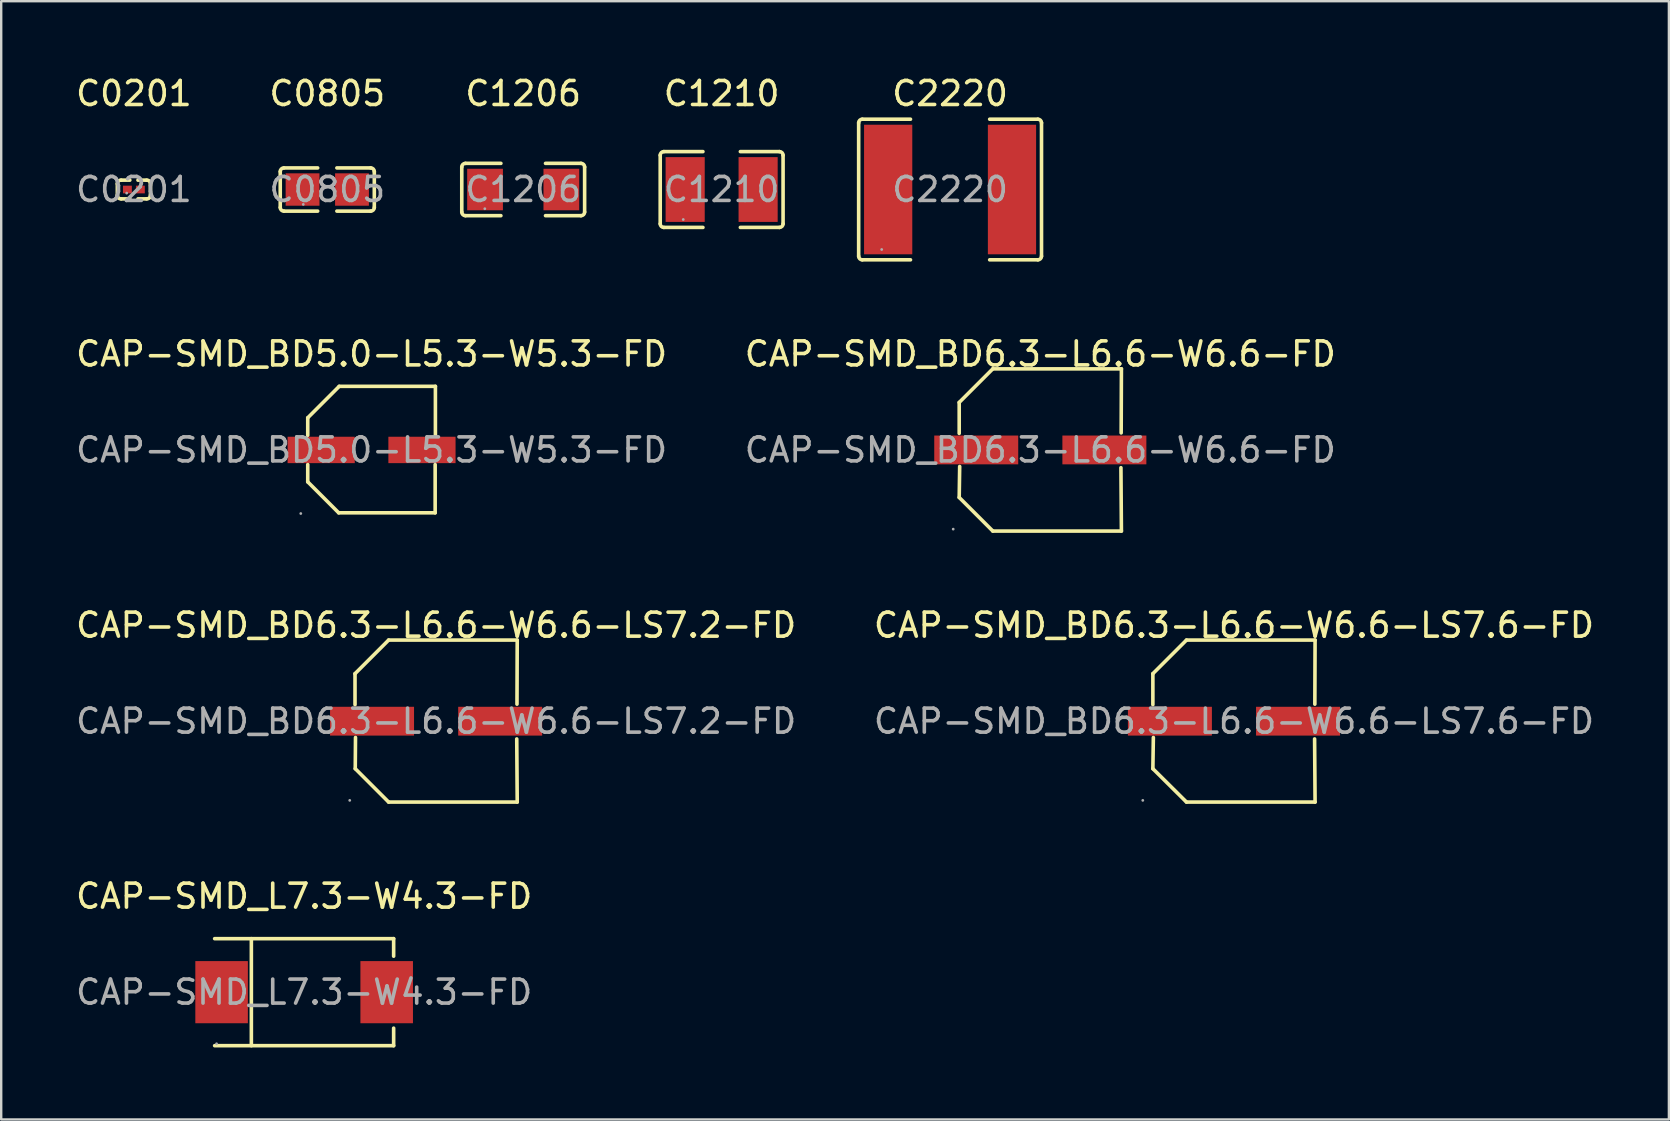
<source format=kicad_pcb>
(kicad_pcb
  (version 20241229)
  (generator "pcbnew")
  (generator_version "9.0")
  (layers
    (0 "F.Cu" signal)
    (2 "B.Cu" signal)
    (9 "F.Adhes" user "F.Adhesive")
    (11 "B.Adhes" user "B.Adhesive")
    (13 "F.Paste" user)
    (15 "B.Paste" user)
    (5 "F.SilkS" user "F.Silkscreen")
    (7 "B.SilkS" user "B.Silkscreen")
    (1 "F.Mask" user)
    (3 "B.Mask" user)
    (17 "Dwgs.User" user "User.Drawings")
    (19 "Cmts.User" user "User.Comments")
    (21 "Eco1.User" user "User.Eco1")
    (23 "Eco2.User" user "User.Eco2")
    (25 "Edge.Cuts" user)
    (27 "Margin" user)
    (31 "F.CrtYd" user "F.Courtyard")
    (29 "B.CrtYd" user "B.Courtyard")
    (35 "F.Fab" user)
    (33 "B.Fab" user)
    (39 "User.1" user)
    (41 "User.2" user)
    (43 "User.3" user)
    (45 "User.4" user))
  (footprint "CAP-SMD_BD6.3-L6.6-W6.6-FD"
    (layer "F.Cu")
    (at 40.304 15.701)
    (property "Reference" "CAP-SMD_BD6.3-L6.6-W6.6-FD" (at 0 -4 0) (layer "F.SilkS") (effects (font (size 1 1) (thickness 0.15))))
    (attr through_hole)
    (fp_line (start -3.38 -1.98) (end -3.38 -0.69) (stroke (width 0.15) (type solid)) (layer "F.SilkS"))
    (fp_line (start -3.38 1.98) (end -3.36 0.69) (stroke (width 0.15) (type solid)) (layer "F.SilkS"))
    (fp_line (start -1.98 -3.38) (end -3.38 -1.98) (stroke (width 0.15) (type solid)) (layer "F.SilkS"))
    (fp_line (start -1.98 3.38) (end -3.38 1.98) (stroke (width 0.15) (type solid)) (layer "F.SilkS"))
    (fp_line (start 3.36 0.74) (end 3.38 3.38) (stroke (width 0.15) (type solid)) (layer "F.SilkS"))
    (fp_line (start 3.37 -0.71) (end 3.38 -3.38) (stroke (width 0.15) (type solid)) (layer "F.SilkS"))
    (fp_line (start 3.38 -3.38) (end -1.98 -3.38) (stroke (width 0.15) (type solid)) (layer "F.SilkS"))
    (fp_line (start 3.38 3.38) (end -1.98 3.38) (stroke (width 0.15) (type solid)) (layer "F.SilkS"))
    (fp_circle (center -3.63 3.3) (end -3.6 3.3) (stroke (width 0.06) (type solid)) (fill no) (layer "F.Fab"))
    (fp_text user "${REFERENCE}" (at 0 0 0) (layer "F.Fab") (effects (font (size 1 1) (thickness 0.15))))
    (pad "1" smd rect (at -2.67 0) (size 3.5 1.2) (layers "F.Cu" "F.Mask" "F.Paste"))
    (pad "2" smd rect (at 2.67 0) (size 3.5 1.2) (layers "F.Cu" "F.Mask" "F.Paste")))
  (footprint "CAP-SMD_BD6.3-L6.6-W6.6-LS7.6-FD"
    (layer "F.Cu")
    (at 48.375 27.005)
    (property "Reference" "CAP-SMD_BD6.3-L6.6-W6.6-LS7.6-FD" (at 0 -4 0) (layer "F.SilkS") (effects (font (size 1 1) (thickness 0.15))))
    (attr through_hole)
    (fp_line (start -3.38 -1.98) (end -3.38 -0.69) (stroke (width 0.15) (type solid)) (layer "F.SilkS"))
    (fp_line (start -3.38 1.98) (end -3.36 0.68) (stroke (width 0.15) (type solid)) (layer "F.SilkS"))
    (fp_line (start -1.98 -3.38) (end -3.38 -1.98) (stroke (width 0.15) (type solid)) (layer "F.SilkS"))
    (fp_line (start -1.98 3.37) (end -3.38 1.98) (stroke (width 0.15) (type solid)) (layer "F.SilkS"))
    (fp_line (start 3.36 0.74) (end 3.38 3.37) (stroke (width 0.15) (type solid)) (layer "F.SilkS"))
    (fp_line (start 3.37 -0.71) (end 3.38 -3.38) (stroke (width 0.15) (type solid)) (layer "F.SilkS"))
    (fp_line (start 3.38 -3.38) (end -1.98 -3.38) (stroke (width 0.15) (type solid)) (layer "F.SilkS"))
    (fp_line (start 3.38 3.37) (end -1.98 3.37) (stroke (width 0.15) (type solid)) (layer "F.SilkS"))
    (fp_circle (center -3.8 3.3) (end -3.77 3.3) (stroke (width 0.06) (type solid)) (fill no) (layer "F.Fab"))
    (fp_text user "${REFERENCE}" (at 0 0 0) (layer "F.Fab") (effects (font (size 1 1) (thickness 0.15))))
    (pad "1" smd rect (at -2.67 0) (size 3.5 1.2) (layers "F.Cu" "F.Mask" "F.Paste"))
    (pad "2" smd rect (at 2.67 0) (size 3.5 1.2) (layers "F.Cu" "F.Mask" "F.Paste")))
  (footprint "CAP-SMD_BD6.3-L6.6-W6.6-LS7.2-FD"
    (layer "F.Cu")
    (at 15.125 27.005)
    (property "Reference" "CAP-SMD_BD6.3-L6.6-W6.6-LS7.2-FD" (at 0 -4 0) (layer "F.SilkS") (effects (font (size 1 1) (thickness 0.15))))
    (attr through_hole)
    (fp_line (start -3.38 -1.98) (end -3.38 -0.69) (stroke (width 0.15) (type solid)) (layer "F.SilkS"))
    (fp_line (start -3.37 1.98) (end -3.36 0.68) (stroke (width 0.15) (type solid)) (layer "F.SilkS"))
    (fp_line (start -1.98 -3.38) (end -3.38 -1.98) (stroke (width 0.15) (type solid)) (layer "F.SilkS"))
    (fp_line (start -1.98 3.37) (end -3.37 1.98) (stroke (width 0.15) (type solid)) (layer "F.SilkS"))
    (fp_line (start 3.36 0.74) (end 3.38 3.37) (stroke (width 0.15) (type solid)) (layer "F.SilkS"))
    (fp_line (start 3.37 -0.71) (end 3.38 -3.38) (stroke (width 0.15) (type solid)) (layer "F.SilkS"))
    (fp_line (start 3.38 -3.38) (end -1.98 -3.38) (stroke (width 0.15) (type solid)) (layer "F.SilkS"))
    (fp_line (start 3.38 3.37) (end -1.98 3.37) (stroke (width 0.15) (type solid)) (layer "F.SilkS"))
    (fp_circle (center -3.6 3.3) (end -3.57 3.3) (stroke (width 0.06) (type solid)) (fill no) (layer "F.Fab"))
    (fp_text user "${REFERENCE}" (at 0 0 0) (layer "F.Fab") (effects (font (size 1 1) (thickness 0.15))))
    (pad "1" smd rect (at -2.67 0) (size 3.5 1.2) (layers "F.Cu" "F.Mask" "F.Paste"))
    (pad "2" smd rect (at 2.67 0) (size 3.5 1.2) (layers "F.Cu" "F.Mask" "F.Paste")))
  (footprint "C1206"
    (layer "F.Cu")
    (at 18.754 4.848)
    (property "Reference" "C1206" (at 0 -4 0) (layer "F.SilkS") (effects (font (size 1 1) (thickness 0.15))))
    (attr through_hole)
    (fp_line (start -2.56 0.94) (end -2.56 -0.94) (stroke (width 0.15) (type solid)) (layer "F.SilkS"))
    (fp_line (start -2.41 -1.09) (end -0.93 -1.09) (stroke (width 0.15) (type solid)) (layer "F.SilkS"))
    (fp_line (start -0.93 1.09) (end -2.41 1.09) (stroke (width 0.15) (type solid)) (layer "F.SilkS"))
    (fp_line (start 0.93 1.09) (end 2.41 1.09) (stroke (width 0.15) (type solid)) (layer "F.SilkS"))
    (fp_line (start 2.41 -1.09) (end 0.93 -1.09) (stroke (width 0.15) (type solid)) (layer "F.SilkS"))
    (fp_line (start 2.56 0.94) (end 2.56 -0.94) (stroke (width 0.15) (type solid)) (layer "F.SilkS"))
    (fp_arc (start -2.56 -0.94) (mid -2.516066 -1.046066) (end -2.41 -1.09) (stroke (width 0.15) (type solid)) (layer "F.SilkS"))
    (fp_arc (start -2.41 1.09) (mid -2.516066 1.046066) (end -2.56 0.94) (stroke (width 0.15) (type solid)) (layer "F.SilkS"))
    (fp_arc (start 2.41 -1.09) (mid 2.516066 -1.046066) (end 2.56 -0.94) (stroke (width 0.15) (type solid)) (layer "F.SilkS"))
    (fp_arc (start 2.56 0.94) (mid 2.516066 1.046066) (end 2.41 1.09) (stroke (width 0.15) (type solid)) (layer "F.SilkS"))
    (fp_circle (center -1.6 0.8) (end -1.57 0.8) (stroke (width 0.06) (type solid)) (fill no) (layer "F.Fab"))
    (fp_text user "${REFERENCE}" (at 0 0 0) (layer "F.Fab") (effects (font (size 1 1) (thickness 0.15))))
    (pad "1" smd rect (at -1.59 0) (size 1.49 1.73) (layers "F.Cu" "F.Mask" "F.Paste"))
    (pad "2" smd rect (at 1.59 0) (size 1.49 1.73) (layers "F.Cu" "F.Mask" "F.Paste")))
  (footprint "CAP-SMD_L7.3-W4.3-FD"
    (layer "F.Cu")
    (at 9.625 38.298)
    (property "Reference" "CAP-SMD_L7.3-W4.3-FD" (at 0 -4 0) (layer "F.SilkS") (effects (font (size 1 1) (thickness 0.15))))
    (attr through_hole)
    (fp_line (start -3.73 -2.23) (end 3.73 -2.23) (stroke (width 0.15) (type solid)) (layer "F.SilkS"))
    (fp_line (start -3.73 2.23) (end 3.73 2.23) (stroke (width 0.15) (type solid)) (layer "F.SilkS"))
    (fp_line (start -2.2 -2.23) (end -2.2 2.23) (stroke (width 0.15) (type solid)) (layer "F.SilkS"))
    (fp_line (start 3.73 -2.23) (end 3.73 -1.5) (stroke (width 0.15) (type solid)) (layer "F.SilkS"))
    (fp_line (start 3.73 2.23) (end 3.73 1.5) (stroke (width 0.15) (type solid)) (layer "F.SilkS"))
    (fp_circle (center -3.65 2.15) (end -3.62 2.15) (stroke (width 0.06) (type solid)) (fill no) (layer "F.Fab"))
    (fp_text user "${REFERENCE}" (at 0 0 0) (layer "F.Fab") (effects (font (size 1 1) (thickness 0.15))))
    (pad "1" smd rect (at -3.44 0 180) (size 2.19 2.59) (layers "F.Cu" "F.Mask" "F.Paste"))
    (pad "2" smd rect (at 3.44 0 180) (size 2.19 2.59) (layers "F.Cu" "F.Mask" "F.Paste")))
  (footprint "C2220"
    (layer "F.Cu")
    (at 36.544 4.848)
    (property "Reference" "C2220" (at 0 -4 0) (layer "F.SilkS") (effects (font (size 1 1) (thickness 0.15))))
    (attr through_hole)
    (fp_line (start -3.81 2.78) (end -3.81 -2.78) (stroke (width 0.15) (type solid)) (layer "F.SilkS"))
    (fp_line (start -3.66 -2.93) (end -1.65 -2.93) (stroke (width 0.15) (type solid)) (layer "F.SilkS"))
    (fp_line (start -1.65 2.93) (end -3.66 2.93) (stroke (width 0.15) (type solid)) (layer "F.SilkS"))
    (fp_line (start 1.65 2.93) (end 3.66 2.93) (stroke (width 0.15) (type solid)) (layer "F.SilkS"))
    (fp_line (start 3.66 -2.93) (end 1.65 -2.93) (stroke (width 0.15) (type solid)) (layer "F.SilkS"))
    (fp_line (start 3.81 2.78) (end 3.81 -2.78) (stroke (width 0.15) (type solid)) (layer "F.SilkS"))
    (fp_arc (start -3.81 -2.78) (mid -3.766066 -2.886066) (end -3.66 -2.93) (stroke (width 0.15) (type solid)) (layer "F.SilkS"))
    (fp_arc (start -3.66 2.93) (mid -3.766066 2.886066) (end -3.81 2.78) (stroke (width 0.15) (type solid)) (layer "F.SilkS"))
    (fp_arc (start 3.66 -2.93) (mid 3.766066 -2.886066) (end 3.81 -2.78) (stroke (width 0.15) (type solid)) (layer "F.SilkS"))
    (fp_arc (start 3.81 2.78) (mid 3.766066 2.886066) (end 3.66 2.93) (stroke (width 0.15) (type solid)) (layer "F.SilkS"))
    (fp_circle (center -2.85 2.5) (end -2.82 2.5) (stroke (width 0.06) (type solid)) (fill no) (layer "F.Fab"))
    (fp_text user "${REFERENCE}" (at 0 0 0) (layer "F.Fab") (effects (font (size 1 1) (thickness 0.15))))
    (pad "1" smd rect (at -2.58 0) (size 2.01 5.4) (layers "F.Cu" "F.Mask" "F.Paste"))
    (pad "2" smd rect (at 2.58 0) (size 2.01 5.4) (layers "F.Cu" "F.Mask" "F.Paste")))
  (footprint "CAP-SMD_BD5.0-L5.3-W5.3-FD"
    (layer "F.Cu")
    (at 12.435 15.701)
    (property "Reference" "CAP-SMD_BD5.0-L5.3-W5.3-FD" (at 0 -4 0) (layer "F.SilkS") (effects (font (size 1 1) (thickness 0.15))))
    (attr through_hole)
    (fp_line (start -2.66 -1.34) (end -2.66 -0.61) (stroke (width 0.15) (type solid)) (layer "F.SilkS"))
    (fp_line (start -2.66 1.33) (end -2.66 0.61) (stroke (width 0.15) (type solid)) (layer "F.SilkS"))
    (fp_line (start -1.37 2.62) (end -2.66 1.33) (stroke (width 0.15) (type solid)) (layer "F.SilkS"))
    (fp_line (start -1.35 -2.65) (end -2.66 -1.34) (stroke (width 0.15) (type solid)) (layer "F.SilkS"))
    (fp_line (start 2.65 0.61) (end 2.65 2.62) (stroke (width 0.15) (type solid)) (layer "F.SilkS"))
    (fp_line (start 2.65 2.62) (end -1.37 2.62) (stroke (width 0.15) (type solid)) (layer "F.SilkS"))
    (fp_line (start 2.66 -2.65) (end -1.35 -2.65) (stroke (width 0.15) (type solid)) (layer "F.SilkS"))
    (fp_line (start 2.66 -0.61) (end 2.66 -2.65) (stroke (width 0.15) (type solid)) (layer "F.SilkS"))
    (fp_circle (center -2.95 2.65) (end -2.92 2.65) (stroke (width 0.06) (type solid)) (fill no) (layer "F.Fab"))
    (fp_text user "${REFERENCE}" (at 0 0 0) (layer "F.Fab") (effects (font (size 1 1) (thickness 0.15))))
    (pad "1" smd rect (at -2.1 0) (size 2.8 1.1) (layers "F.Cu" "F.Mask" "F.Paste"))
    (pad "2" smd rect (at 2.1 0) (size 2.8 1.1) (layers "F.Cu" "F.Mask" "F.Paste")))
  (footprint "C0201"
    (layer "F.Cu")
    (at 2.53 4.848)
    (property "Reference" "C0201" (at 0 -4 0) (layer "F.SilkS") (effects (font (size 1 1) (thickness 0.15))))
    (attr through_hole)
    (fp_line (start -0.69 0.24) (end -0.69 -0.24) (stroke (width 0.15) (type solid)) (layer "F.SilkS"))
    (fp_line (start -0.53 -0.39) (end -0.17 -0.39) (stroke (width 0.15) (type solid)) (layer "F.SilkS"))
    (fp_line (start -0.17 0.39) (end -0.53 0.39) (stroke (width 0.15) (type solid)) (layer "F.SilkS"))
    (fp_line (start 0.17 0.39) (end 0.53 0.39) (stroke (width 0.15) (type solid)) (layer "F.SilkS"))
    (fp_line (start 0.53 -0.39) (end 0.17 -0.39) (stroke (width 0.15) (type solid)) (layer "F.SilkS"))
    (fp_line (start 0.69 0.24) (end 0.69 -0.24) (stroke (width 0.15) (type solid)) (layer "F.SilkS"))
    (fp_arc (start -0.690333 -0.239643) (mid -0.642836 -0.349658) (end -0.53 -0.39) (stroke (width 0.15) (type solid)) (layer "F.SilkS"))
    (fp_arc (start -0.529667 0.389644) (mid -0.642348 0.349659) (end -0.69 0.24) (stroke (width 0.15) (type solid)) (layer "F.SilkS"))
    (fp_arc (start 0.53 -0.39) (mid 0.642835 -0.349658) (end 0.690333 -0.239643) (stroke (width 0.15) (type solid)) (layer "F.SilkS"))
    (fp_arc (start 0.69 0.24) (mid 0.642348 0.349658) (end 0.529667 0.389644) (stroke (width 0.15) (type solid)) (layer "F.SilkS"))
    (fp_circle (center -0.3 0.15) (end -0.27 0.15) (stroke (width 0.06) (type solid)) (fill no) (layer "F.Fab"))
    (fp_text user "${REFERENCE}" (at 0 0 0) (layer "F.Fab") (effects (font (size 1 1) (thickness 0.15))))
    (pad "1" smd rect (at -0.27 0) (size 0.37 0.32) (layers "F.Cu" "F.Mask" "F.Paste"))
    (pad "2" smd rect (at 0.27 0) (size 0.37 0.32) (layers "F.Cu" "F.Mask" "F.Paste")))
  (footprint "C1210"
    (layer "F.Cu")
    (at 27.024 4.848)
    (property "Reference" "C1210" (at 0 -4 0) (layer "F.SilkS") (effects (font (size 1 1) (thickness 0.15))))
    (attr through_hole)
    (fp_line (start -2.56 1.43) (end -2.56 -1.43) (stroke (width 0.15) (type solid)) (layer "F.SilkS"))
    (fp_line (start -2.41 -1.58) (end -0.78 -1.58) (stroke (width 0.15) (type solid)) (layer "F.SilkS"))
    (fp_line (start -0.78 1.58) (end -2.41 1.58) (stroke (width 0.15) (type solid)) (layer "F.SilkS"))
    (fp_line (start 0.78 1.58) (end 2.41 1.58) (stroke (width 0.15) (type solid)) (layer "F.SilkS"))
    (fp_line (start 2.41 -1.58) (end 0.78 -1.58) (stroke (width 0.15) (type solid)) (layer "F.SilkS"))
    (fp_line (start 2.56 1.43) (end 2.56 -1.43) (stroke (width 0.15) (type solid)) (layer "F.SilkS"))
    (fp_arc (start -2.56 -1.43) (mid -2.516066 -1.536066) (end -2.41 -1.58) (stroke (width 0.15) (type solid)) (layer "F.SilkS"))
    (fp_arc (start -2.41 1.58) (mid -2.516066 1.536066) (end -2.56 1.43) (stroke (width 0.15) (type solid)) (layer "F.SilkS"))
    (fp_arc (start 2.41 -1.58) (mid 2.516066 -1.536066) (end 2.56 -1.43) (stroke (width 0.15) (type solid)) (layer "F.SilkS"))
    (fp_arc (start 2.56 1.43) (mid 2.516066 1.536066) (end 2.41 1.58) (stroke (width 0.15) (type solid)) (layer "F.SilkS"))
    (fp_circle (center -1.6 1.25) (end -1.57 1.25) (stroke (width 0.06) (type solid)) (fill no) (layer "F.Fab"))
    (fp_text user "${REFERENCE}" (at 0 0 0) (layer "F.Fab") (effects (font (size 1 1) (thickness 0.15))))
    (pad "1" smd rect (at -1.52 0) (size 1.63 2.7) (layers "F.Cu" "F.Mask" "F.Paste"))
    (pad "2" smd rect (at 1.52 0) (size 1.63 2.7) (layers "F.Cu" "F.Mask" "F.Paste")))
  (footprint "C0805"
    (layer "F.Cu")
    (at 10.589 4.848)
    (property "Reference" "C0805" (at 0 -4 0) (layer "F.SilkS") (effects (font (size 1 1) (thickness 0.15))))
    (attr through_hole)
    (fp_line (start -1.96 0.75) (end -1.96 -0.75) (stroke (width 0.15) (type solid)) (layer "F.SilkS"))
    (fp_line (start -1.81 -0.9) (end -0.4 -0.9) (stroke (width 0.15) (type solid)) (layer "F.SilkS"))
    (fp_line (start -0.4 0.9) (end -1.81 0.9) (stroke (width 0.15) (type solid)) (layer "F.SilkS"))
    (fp_line (start 0.4 0.9) (end 1.81 0.9) (stroke (width 0.15) (type solid)) (layer "F.SilkS"))
    (fp_line (start 1.81 -0.9) (end 0.4 -0.9) (stroke (width 0.15) (type solid)) (layer "F.SilkS"))
    (fp_line (start 1.96 0.75) (end 1.96 -0.75) (stroke (width 0.15) (type solid)) (layer "F.SilkS"))
    (fp_arc (start -1.96 -0.75) (mid -1.916066 -0.856066) (end -1.81 -0.9) (stroke (width 0.15) (type solid)) (layer "F.SilkS"))
    (fp_arc (start -1.81 0.9) (mid -1.916066 0.856066) (end -1.96 0.75) (stroke (width 0.15) (type solid)) (layer "F.SilkS"))
    (fp_arc (start 1.81 -0.9) (mid 1.916066 -0.856066) (end 1.96 -0.75) (stroke (width 0.15) (type solid)) (layer "F.SilkS"))
    (fp_arc (start 1.96 0.75) (mid 1.916066 0.856066) (end 1.81 0.9) (stroke (width 0.15) (type solid)) (layer "F.SilkS"))
    (fp_circle (center -1 0.62) (end -0.97 0.62) (stroke (width 0.06) (type solid)) (fill no) (layer "F.Fab"))
    (fp_text user "${REFERENCE}" (at 0 0 0) (layer "F.Fab") (effects (font (size 1 1) (thickness 0.15))))
    (pad "1" smd rect (at -1.03 0) (size 1.41 1.35) (layers "F.Cu" "F.Mask" "F.Paste"))
    (pad "2" smd rect (at 1.03 0) (size 1.41 1.35) (layers "F.Cu" "F.Mask" "F.Paste")))
  (gr_rect
    (start -3 -3)
    (end 66.5 43.603)
    (stroke (width 0.1) (type default))
    (fill no)
    (layer "Edge.Cuts")))
</source>
